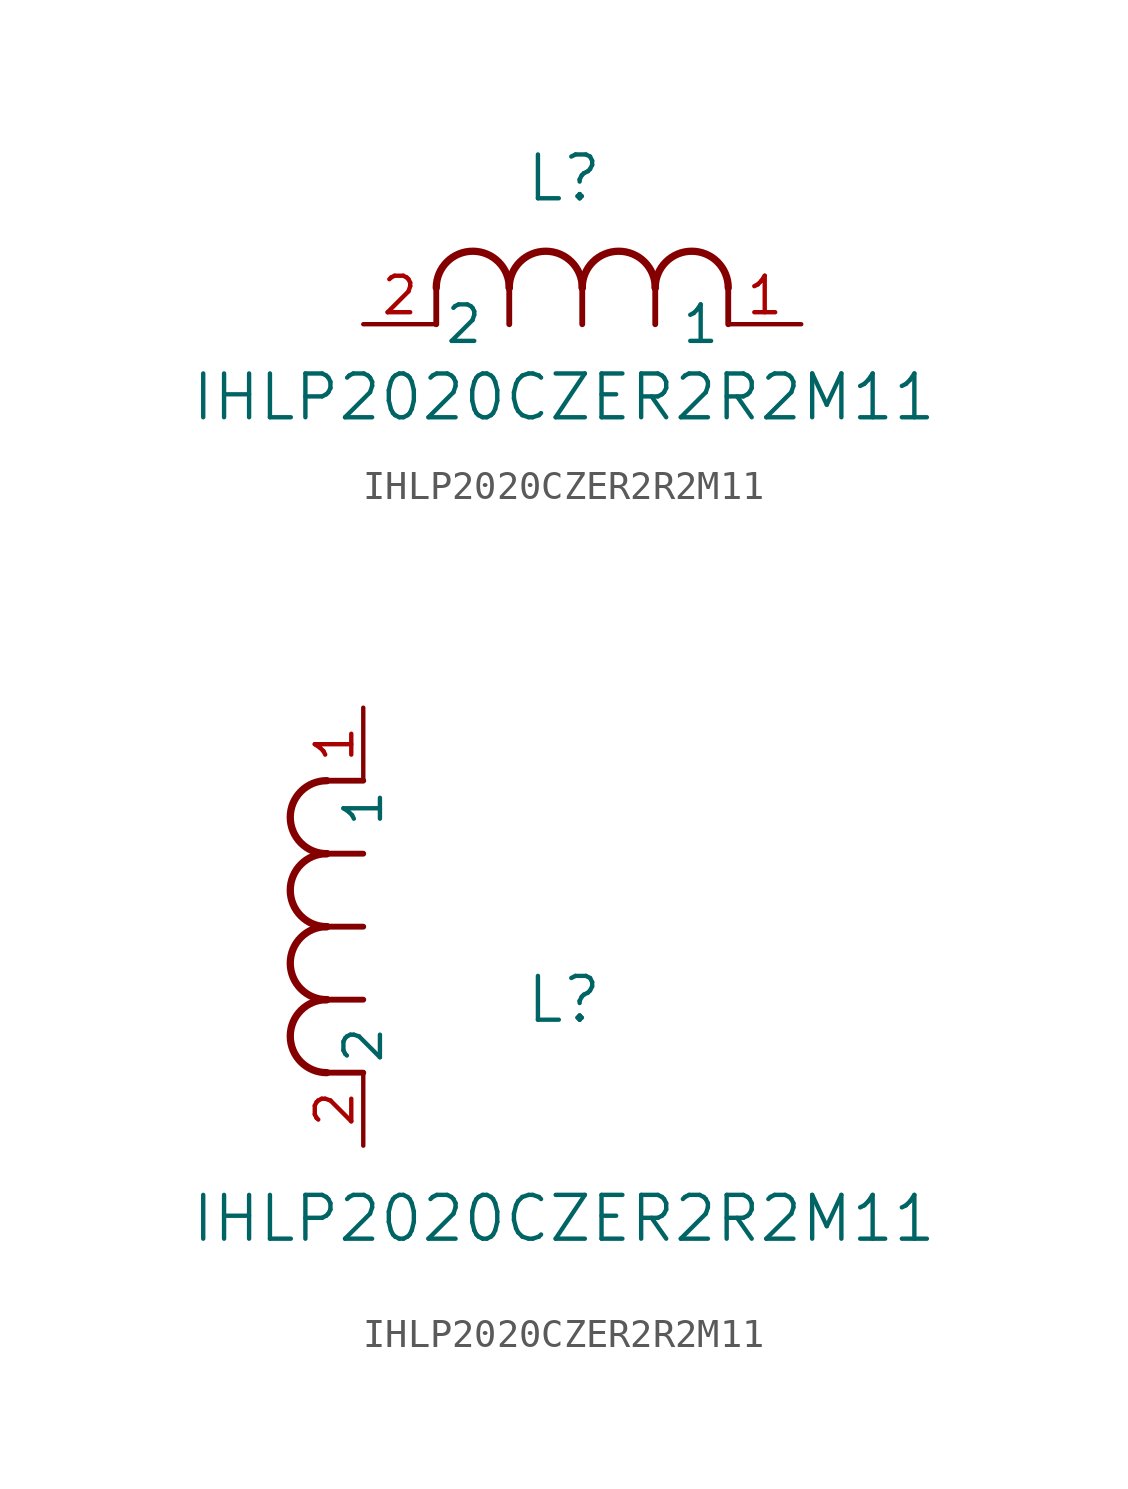
<source format=kicad_sym>
(kicad_symbol_lib
  (version 20211014)
  (generator kicad_symbol_editor)
  (symbol "IHLP2020CZER2R2M11"
    (pin_names
      (offset 0.254))
    (property "Reference" "L"
      (at 6.985 5.08 0)
      (effects (font (size 1.524 1.524))))
    (property "Value" "IHLP2020CZER2R2M11"
      (at 6.985 -2.54 0)
      (effects (font (size 1.524 1.524))))
    (symbol "IHLP2020CZER2R2M11_1_1"
      (arc (start 7.62 1.27) (mid 6.35 2.54) (end 5.08 1.27) (stroke (width 0.254) (type default) (color 0 0 0 0)) (fill (type none)))
      (polyline (pts (xy 5.08 0) (xy 5.08 1.27)) (stroke (width 0.203) (type default) (color 0 0 0 0)) (fill (type none)))
      (polyline (pts (xy 7.62 0) (xy 7.62 1.27)) (stroke (width 0.203) (type default) (color 0 0 0 0)) (fill (type none)))
      (polyline (pts (xy 12.7 0) (xy 12.7 1.27)) (stroke (width 0.203) (type default) (color 0 0 0 0)) (fill (type none)))
      (arc (start 5.08 1.27) (mid 3.81 2.54) (end 2.54 1.27) (stroke (width 0.254) (type default) (color 0 0 0 0)) (fill (type none)))
      (arc (start 10.16 1.27) (mid 8.89 2.54) (end 7.62 1.27) (stroke (width 0.254) (type default) (color 0 0 0 0)) (fill (type none)))
      (arc (start 12.7 1.27) (mid 11.43 2.54) (end 10.16 1.27) (stroke (width 0.254) (type default) (color 0 0 0 0)) (fill (type none)))
      (polyline (pts (xy 2.54 0) (xy 2.54 1.27)) (stroke (width 0.203) (type default) (color 0 0 0 0)) (fill (type none)))
      (polyline (pts (xy 10.16 0) (xy 10.16 1.27)) (stroke (width 0.203) (type default) (color 0 0 0 0)) (fill (type none)))
      (pin unspecified line (at 0 0 0) (length 2.54) (name "2" (effects (font (size 1.27 1.27)))) (number "2" (effects (font (size 1.27 1.27)))))
      (pin unspecified line (at 15.24 0 180) (length 2.54) (name "1" (effects (font (size 1.27 1.27)))) (number "1" (effects (font (size 1.27 1.27))))))
    (symbol "IHLP2020CZER2R2M11_1_2"
      (arc (start -1.27 7.62) (mid -2.54 6.35) (end -1.27 5.08) (stroke (width 0.254) (type default) (color 0 0 0 0)) (fill (type none)))
      (arc (start -1.27 5.08) (mid -2.54 3.81) (end -1.27 2.54) (stroke (width 0.254) (type default) (color 0 0 0 0)) (fill (type none)))
      (arc (start -1.27 12.7) (mid -2.54 11.43) (end -1.27 10.16) (stroke (width 0.254) (type default) (color 0 0 0 0)) (fill (type none)))
      (arc (start -1.27 10.16) (mid -2.54 8.89) (end -1.27 7.62) (stroke (width 0.254) (type default) (color 0 0 0 0)) (fill (type none)))
      (polyline (pts (xy 0 7.62) (xy -1.27 7.62)) (stroke (width 0.203) (type default) (color 0 0 0 0)) (fill (type none)))
      (polyline (pts (xy 0 5.08) (xy -1.27 5.08)) (stroke (width 0.203) (type default) (color 0 0 0 0)) (fill (type none)))
      (polyline (pts (xy 0 12.7) (xy -1.27 12.7)) (stroke (width 0.203) (type default) (color 0 0 0 0)) (fill (type none)))
      (polyline (pts (xy 0 2.54) (xy -1.27 2.54)) (stroke (width 0.203) (type default) (color 0 0 0 0)) (fill (type none)))
      (polyline (pts (xy 0 10.16) (xy -1.27 10.16)) (stroke (width 0.203) (type default) (color 0 0 0 0)) (fill (type none)))
      (pin unspecified line (at 0 0 90) (length 2.54) (name "2" (effects (font (size 1.27 1.27)))) (number "2" (effects (font (size 1.27 1.27)))))
      (pin unspecified line (at 0 15.24 270) (length 2.54) (name "1" (effects (font (size 1.27 1.27)))) (number "1" (effects (font (size 1.27 1.27))))))))
</source>
